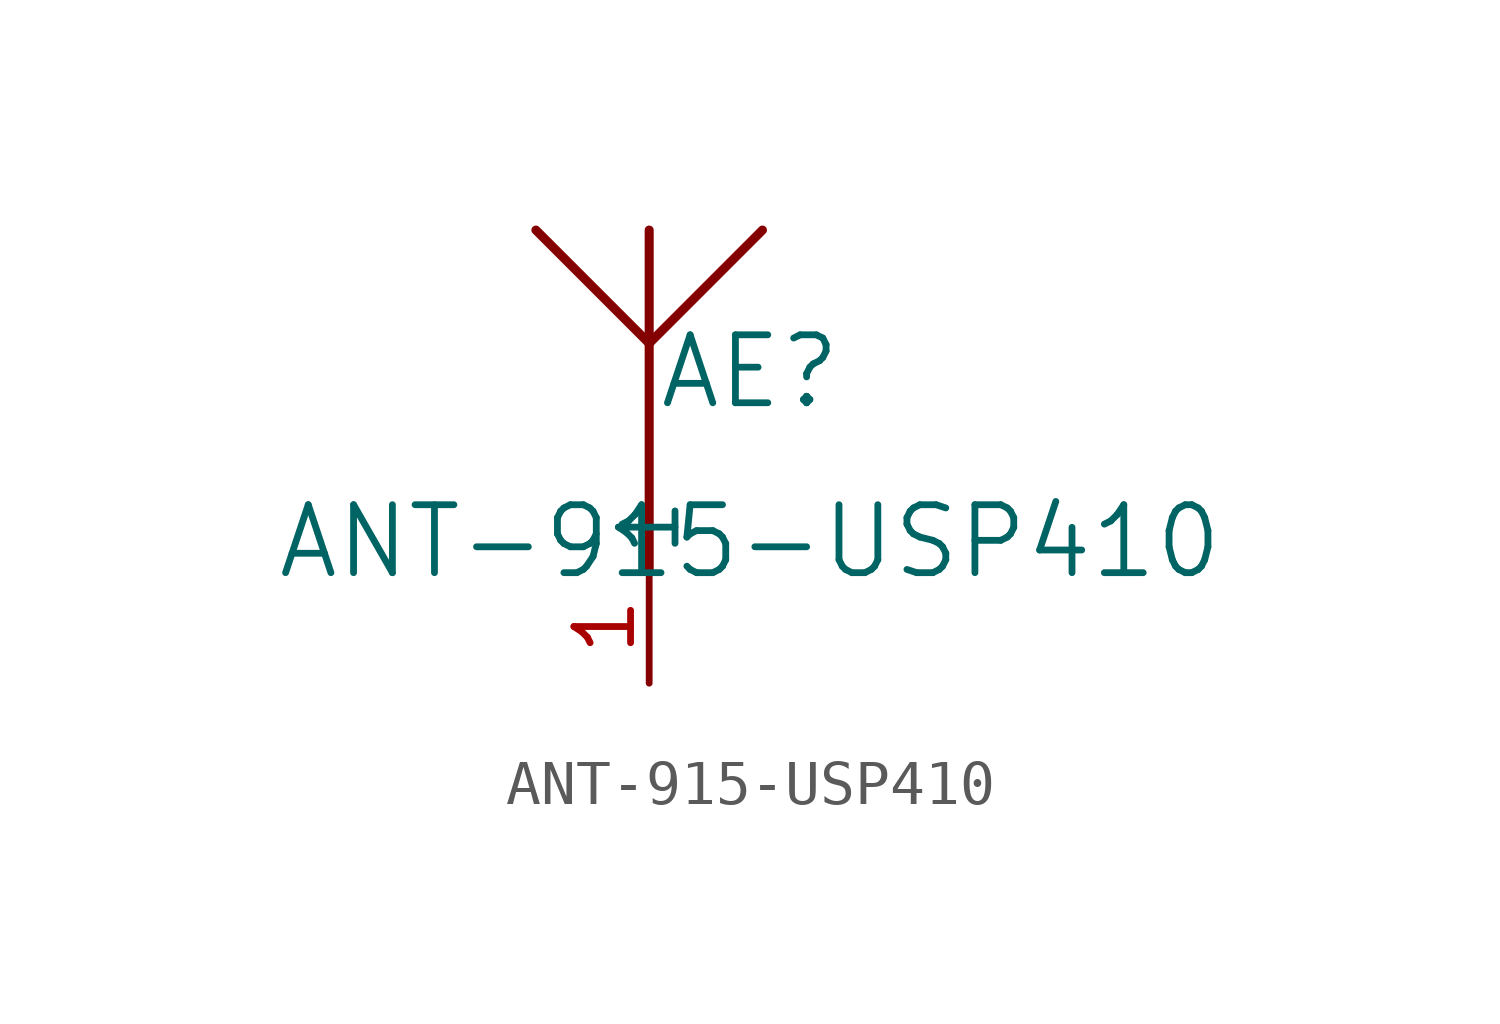
<source format=kicad_sym>
(kicad_symbol_lib
  (version 20211014)
  (generator kicad_symbol_editor)
  (symbol "ANT-915-USP410"
    (pin_names
      (offset 0.254))
    (property "Reference" "AE"
      (at 2.261 6.985 0)
      (effects (font (size 1.524 1.524))))
    (property "Value" "ANT-915-USP410"
      (at 2.261 3.175 0)
      (effects (font (size 1.524 1.524))))
    (symbol "ANT-915-USP410_0_1"
      (polyline (pts (xy 0 7.62) (xy 0 2.54)) (stroke (width 0.203) (type default) (color 0 0 0 0)) (fill (type none)))
      (polyline (pts (xy -2.54 10.16) (xy 0 7.62)) (stroke (width 0.203) (type default) (color 0 0 0 0)) (fill (type none)))
      (polyline (pts (xy 0 10.16) (xy 0 7.62)) (stroke (width 0.203) (type default) (color 0 0 0 0)) (fill (type none)))
      (polyline (pts (xy 0 7.62) (xy 2.54 10.16)) (stroke (width 0.203) (type default) (color 0 0 0 0)) (fill (type none)))
      (pin unspecified line (at 0 0 90) (length 2.54) (name "1" (effects (font (size 1.27 1.27)))) (number "1" (effects (font (size 1.27 1.27))))))))
</source>
